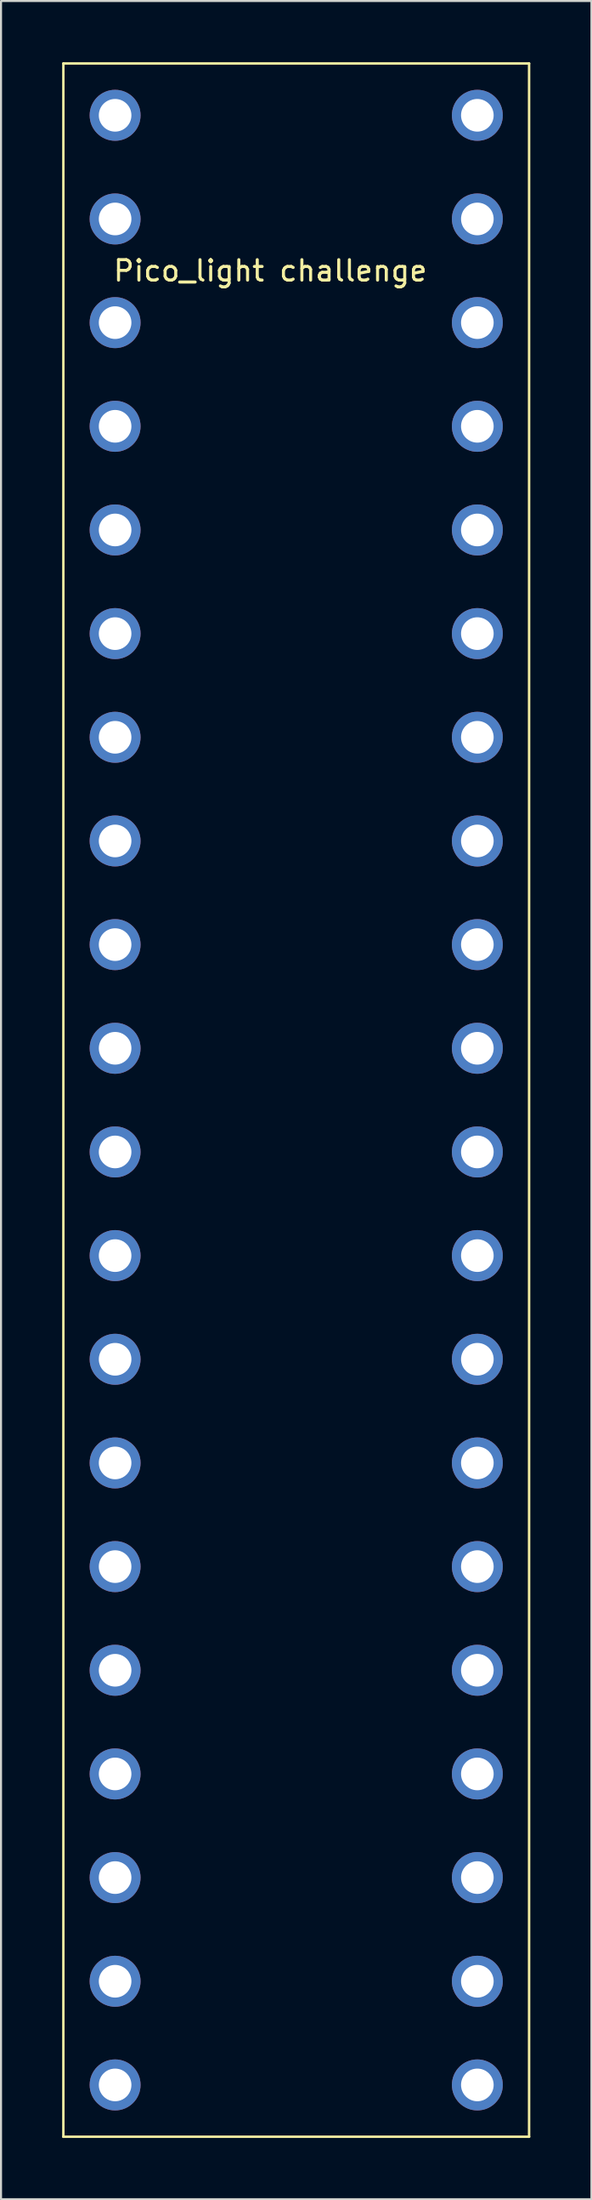
<source format=kicad_pcb>
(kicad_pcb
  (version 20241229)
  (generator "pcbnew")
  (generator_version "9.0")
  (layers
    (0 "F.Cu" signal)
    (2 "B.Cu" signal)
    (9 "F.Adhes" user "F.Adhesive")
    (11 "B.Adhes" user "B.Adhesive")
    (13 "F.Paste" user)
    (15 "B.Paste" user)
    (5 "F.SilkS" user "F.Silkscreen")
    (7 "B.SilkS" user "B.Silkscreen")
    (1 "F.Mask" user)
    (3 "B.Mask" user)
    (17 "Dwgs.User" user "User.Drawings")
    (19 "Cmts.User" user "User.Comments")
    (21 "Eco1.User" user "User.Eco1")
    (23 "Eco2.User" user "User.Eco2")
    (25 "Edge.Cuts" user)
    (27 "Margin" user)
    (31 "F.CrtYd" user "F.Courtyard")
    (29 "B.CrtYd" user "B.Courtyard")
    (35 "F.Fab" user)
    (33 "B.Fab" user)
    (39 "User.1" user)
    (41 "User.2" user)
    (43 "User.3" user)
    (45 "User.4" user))
  (footprint "Pico_light challenge"
    (layer "F.Cu")
    (at 2.6 2.6)
    (property "Reference" "Pico_light challenge" (at 7.62 7.62 0) (unlocked yes) (layer "F.SilkS") (effects (font (size 1 1) (thickness 0.15))))
    (attr through_hole)
    (fp_line (start -2.54 -2.54) (end 20.32 -2.54) (stroke (width 0.12) (type default)) (layer "F.SilkS"))
    (fp_line (start -2.54 99.06) (end -2.54 -2.54) (stroke (width 0.12) (type default)) (layer "F.SilkS"))
    (fp_line (start 20.32 -2.54) (end 20.32 99.06) (stroke (width 0.12) (type default)) (layer "F.SilkS"))
    (fp_line (start 20.32 99.06) (end -2.54 99.06) (stroke (width 0.12) (type default)) (layer "F.SilkS"))
    (pad "1" thru_hole circle (at 0 0) (size 2.5 2.5) (drill 1.6) (layers "*.Cu" "*.Mask"))
    (pad "2" thru_hole circle (at 0 5.08) (size 2.5 2.5) (drill 1.6) (layers "*.Cu" "*.Mask"))
    (pad "3" thru_hole circle (at 0 10.16) (size 2.5 2.5) (drill 1.6) (layers "*.Cu" "*.Mask"))
    (pad "4" thru_hole circle (at 0 15.24) (size 2.5 2.5) (drill 1.6) (layers "*.Cu" "*.Mask"))
    (pad "5" thru_hole circle (at 0 20.32) (size 2.5 2.5) (drill 1.6) (layers "*.Cu" "*.Mask"))
    (pad "6" thru_hole circle (at 0 25.4) (size 2.5 2.5) (drill 1.6) (layers "*.Cu" "*.Mask"))
    (pad "7" thru_hole circle (at 0 30.48) (size 2.5 2.5) (drill 1.6) (layers "*.Cu" "*.Mask"))
    (pad "8" thru_hole circle (at 0 35.56) (size 2.5 2.5) (drill 1.6) (layers "*.Cu" "*.Mask"))
    (pad "9" thru_hole circle (at 0 40.64) (size 2.5 2.5) (drill 1.6) (layers "*.Cu" "*.Mask"))
    (pad "10" thru_hole circle (at 0 45.72) (size 2.5 2.5) (drill 1.6) (layers "*.Cu" "*.Mask"))
    (pad "11" thru_hole circle (at 0 50.8) (size 2.5 2.5) (drill 1.6) (layers "*.Cu" "*.Mask"))
    (pad "12" thru_hole circle (at 0 55.88) (size 2.5 2.5) (drill 1.6) (layers "*.Cu" "*.Mask"))
    (pad "13" thru_hole circle (at 0 60.96) (size 2.5 2.5) (drill 1.6) (layers "*.Cu" "*.Mask"))
    (pad "14" thru_hole circle (at 0 66.04) (size 2.5 2.5) (drill 1.6) (layers "*.Cu" "*.Mask"))
    (pad "15" thru_hole circle (at 0 71.12) (size 2.5 2.5) (drill 1.6) (layers "*.Cu" "*.Mask"))
    (pad "16" thru_hole circle (at 0 76.2) (size 2.5 2.5) (drill 1.6) (layers "*.Cu" "*.Mask"))
    (pad "17" thru_hole circle (at 0 81.28) (size 2.5 2.5) (drill 1.6) (layers "*.Cu" "*.Mask"))
    (pad "18" thru_hole circle (at 0 86.36) (size 2.5 2.5) (drill 1.6) (layers "*.Cu" "*.Mask"))
    (pad "19" thru_hole circle (at 0 91.44) (size 2.5 2.5) (drill 1.6) (layers "*.Cu" "*.Mask"))
    (pad "20" thru_hole circle (at 0 96.52) (size 2.5 2.5) (drill 1.6) (layers "*.Cu" "*.Mask"))
    (pad "21" thru_hole circle (at 17.78 96.52) (size 2.5 2.5) (drill 1.6) (layers "*.Cu" "*.Mask"))
    (pad "22" thru_hole circle (at 17.78 91.44) (size 2.5 2.5) (drill 1.6) (layers "*.Cu" "*.Mask"))
    (pad "23" thru_hole circle (at 17.78 86.36) (size 2.5 2.5) (drill 1.6) (layers "*.Cu" "*.Mask"))
    (pad "24" thru_hole circle (at 17.78 81.28) (size 2.5 2.5) (drill 1.6) (layers "*.Cu" "*.Mask"))
    (pad "25" thru_hole circle (at 17.78 76.2) (size 2.5 2.5) (drill 1.6) (layers "*.Cu" "*.Mask"))
    (pad "26" thru_hole circle (at 17.78 71.12) (size 2.5 2.5) (drill 1.6) (layers "*.Cu" "*.Mask"))
    (pad "27" thru_hole circle (at 17.78 66.04) (size 2.5 2.5) (drill 1.6) (layers "*.Cu" "*.Mask"))
    (pad "28" thru_hole circle (at 17.78 60.96) (size 2.5 2.5) (drill 1.6) (layers "*.Cu" "*.Mask"))
    (pad "29" thru_hole circle (at 17.78 55.88) (size 2.5 2.5) (drill 1.6) (layers "*.Cu" "*.Mask"))
    (pad "30" thru_hole circle (at 17.78 50.8) (size 2.5 2.5) (drill 1.6) (layers "*.Cu" "*.Mask"))
    (pad "31" thru_hole circle (at 17.78 45.72) (size 2.5 2.5) (drill 1.6) (layers "*.Cu" "*.Mask"))
    (pad "32" thru_hole circle (at 17.78 40.64) (size 2.5 2.5) (drill 1.6) (layers "*.Cu" "*.Mask"))
    (pad "33" thru_hole circle (at 17.78 35.56) (size 2.5 2.5) (drill 1.6) (layers "*.Cu" "*.Mask"))
    (pad "34" thru_hole circle (at 17.78 30.48) (size 2.5 2.5) (drill 1.6) (layers "*.Cu" "*.Mask"))
    (pad "35" thru_hole circle (at 17.78 25.4) (size 2.5 2.5) (drill 1.6) (layers "*.Cu" "*.Mask"))
    (pad "36" thru_hole circle (at 17.78 20.32) (size 2.5 2.5) (drill 1.6) (layers "*.Cu" "*.Mask"))
    (pad "37" thru_hole circle (at 17.78 15.24) (size 2.5 2.5) (drill 1.6) (layers "*.Cu" "*.Mask"))
    (pad "38" thru_hole circle (at 17.78 10.16) (size 2.5 2.5) (drill 1.6) (layers "*.Cu" "*.Mask"))
    (pad "39" thru_hole circle (at 17.78 5.08) (size 2.5 2.5) (drill 1.6) (layers "*.Cu" "*.Mask"))
    (pad "40" thru_hole circle (at 17.78 0) (size 2.5 2.5) (drill 1.6) (layers "*.Cu" "*.Mask")))
  (gr_rect
    (start -3 -3)
    (end 25.98 104.72)
    (stroke (width 0.1) (type default))
    (fill no)
    (layer "Edge.Cuts")))
</source>
